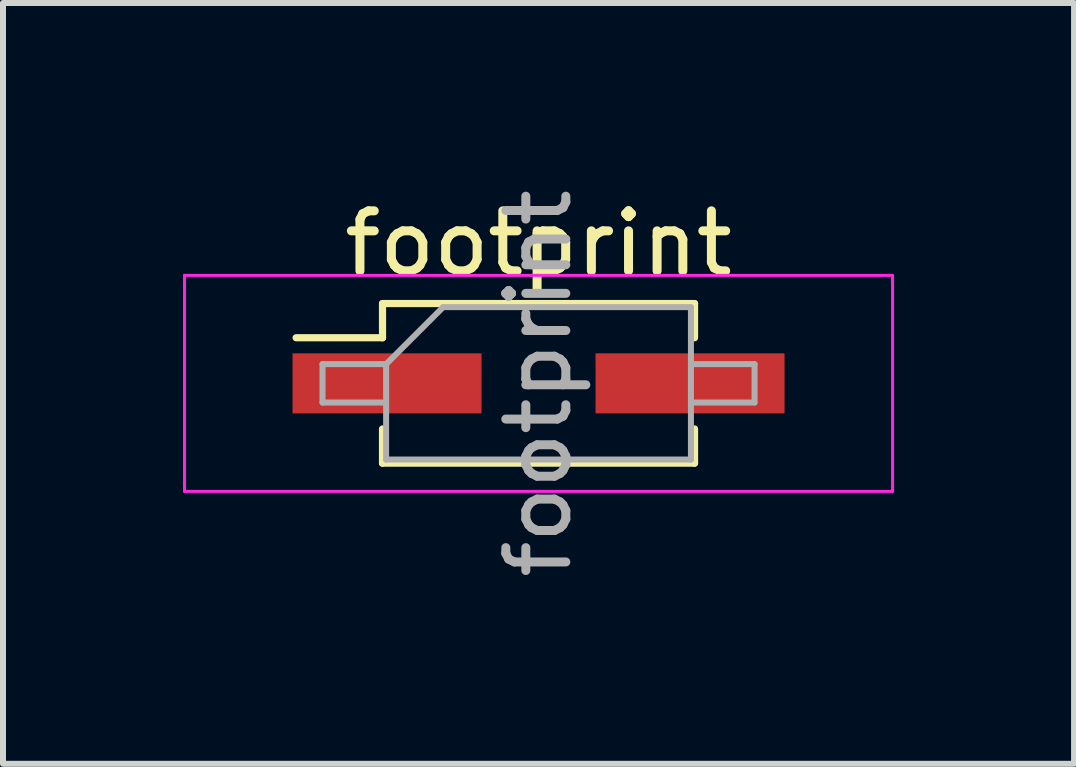
<source format=kicad_pcb>
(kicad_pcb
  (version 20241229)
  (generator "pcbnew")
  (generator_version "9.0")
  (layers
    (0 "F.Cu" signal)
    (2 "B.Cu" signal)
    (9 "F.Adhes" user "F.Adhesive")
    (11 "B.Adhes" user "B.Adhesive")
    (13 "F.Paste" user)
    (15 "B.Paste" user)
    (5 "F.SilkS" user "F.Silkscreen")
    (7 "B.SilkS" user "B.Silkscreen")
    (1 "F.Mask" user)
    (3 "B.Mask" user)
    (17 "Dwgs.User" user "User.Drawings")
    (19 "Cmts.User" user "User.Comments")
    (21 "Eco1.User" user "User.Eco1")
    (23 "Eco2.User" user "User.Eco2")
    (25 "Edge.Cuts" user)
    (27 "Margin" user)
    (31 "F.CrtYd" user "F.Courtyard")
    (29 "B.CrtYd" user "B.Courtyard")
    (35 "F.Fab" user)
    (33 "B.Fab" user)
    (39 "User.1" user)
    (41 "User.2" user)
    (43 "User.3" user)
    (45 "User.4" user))
  (footprint "footprint"
    (layer "F.Cu")
    (at 5.925 3.339)
    (property "Reference" "footprint" (at 0 -2.33 0) (layer "F.SilkS") (effects (font (size 1 1) (thickness 0.15))))
    (attr smd)
    (fp_line (start -4.04 -0.76) (end -2.6 -0.76) (stroke (width 0.12) (type solid)) (layer "F.SilkS"))
    (fp_line (start -2.6 -1.33) (end -2.6 -0.76) (stroke (width 0.12) (type solid)) (layer "F.SilkS"))
    (fp_line (start -2.6 -1.33) (end 2.6 -1.33) (stroke (width 0.12) (type solid)) (layer "F.SilkS"))
    (fp_line (start -2.6 0.76) (end -2.6 1.33) (stroke (width 0.12) (type solid)) (layer "F.SilkS"))
    (fp_line (start -2.6 1.33) (end 2.6 1.33) (stroke (width 0.12) (type solid)) (layer "F.SilkS"))
    (fp_line (start 2.6 -1.33) (end 2.6 -0.76) (stroke (width 0.12) (type solid)) (layer "F.SilkS"))
    (fp_line (start 2.6 0.76) (end 2.6 1.33) (stroke (width 0.12) (type solid)) (layer "F.SilkS"))
    (fp_line (start -5.9 -1.8) (end -5.9 1.8) (stroke (width 0.05) (type solid)) (layer "F.CrtYd"))
    (fp_line (start -5.9 1.8) (end 5.9 1.8) (stroke (width 0.05) (type solid)) (layer "F.CrtYd"))
    (fp_line (start 5.9 -1.8) (end -5.9 -1.8) (stroke (width 0.05) (type solid)) (layer "F.CrtYd"))
    (fp_line (start 5.9 1.8) (end 5.9 -1.8) (stroke (width 0.05) (type solid)) (layer "F.CrtYd"))
    (fp_line (start -3.6 -0.32) (end -3.6 0.32) (stroke (width 0.1) (type solid)) (layer "F.Fab"))
    (fp_line (start -3.6 0.32) (end -2.54 0.32) (stroke (width 0.1) (type solid)) (layer "F.Fab"))
    (fp_line (start -2.54 -0.32) (end -3.6 -0.32) (stroke (width 0.1) (type solid)) (layer "F.Fab"))
    (fp_line (start -2.54 -0.32) (end -1.59 -1.27) (stroke (width 0.1) (type solid)) (layer "F.Fab"))
    (fp_line (start -2.54 1.27) (end -2.54 -0.32) (stroke (width 0.1) (type solid)) (layer "F.Fab"))
    (fp_line (start -1.59 -1.27) (end 2.54 -1.27) (stroke (width 0.1) (type solid)) (layer "F.Fab"))
    (fp_line (start 2.54 -1.27) (end 2.54 1.27) (stroke (width 0.1) (type solid)) (layer "F.Fab"))
    (fp_line (start 2.54 -0.32) (end 3.6 -0.32) (stroke (width 0.1) (type solid)) (layer "F.Fab"))
    (fp_line (start 2.54 1.27) (end -2.54 1.27) (stroke (width 0.1) (type solid)) (layer "F.Fab"))
    (fp_line (start 3.6 -0.32) (end 3.6 0.32) (stroke (width 0.1) (type solid)) (layer "F.Fab"))
    (fp_line (start 3.6 0.32) (end 2.54 0.32) (stroke (width 0.1) (type solid)) (layer "F.Fab"))
    (fp_text user "${REFERENCE}" (at 0 0 90) (layer "F.Fab") (effects (font (size 1 1) (thickness 0.15))))
    (pad "1" smd rect (at -2.525 0) (size 3.15 1) (layers "F.Cu" "F.Mask" "F.Paste"))
    (pad "2" smd rect (at 2.525 0) (size 3.15 1) (layers "F.Cu" "F.Mask" "F.Paste")))
  (gr_rect
    (start -3 -3)
    (end 14.85 9.679)
    (stroke (width 0.1) (type default))
    (fill no)
    (layer "Edge.Cuts")))
</source>
